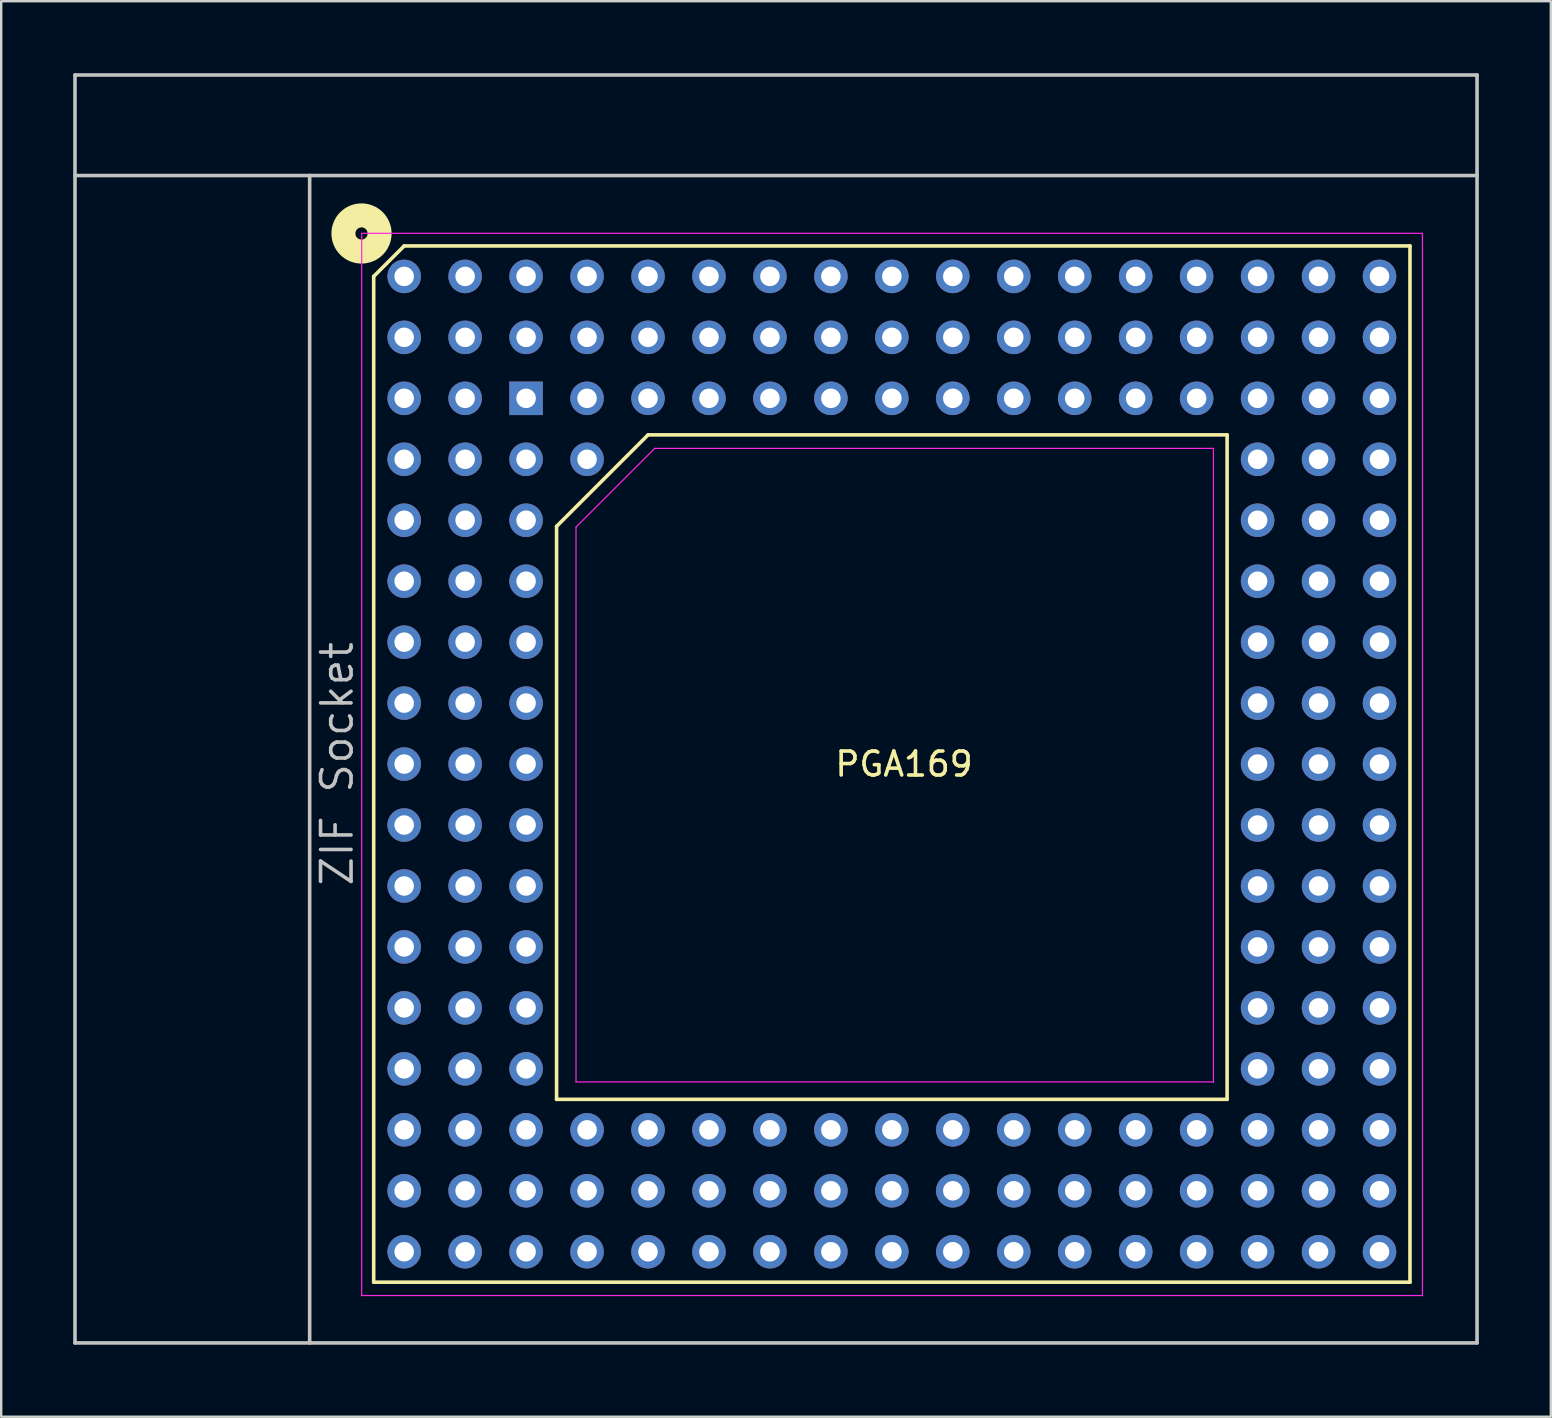
<source format=kicad_pcb>
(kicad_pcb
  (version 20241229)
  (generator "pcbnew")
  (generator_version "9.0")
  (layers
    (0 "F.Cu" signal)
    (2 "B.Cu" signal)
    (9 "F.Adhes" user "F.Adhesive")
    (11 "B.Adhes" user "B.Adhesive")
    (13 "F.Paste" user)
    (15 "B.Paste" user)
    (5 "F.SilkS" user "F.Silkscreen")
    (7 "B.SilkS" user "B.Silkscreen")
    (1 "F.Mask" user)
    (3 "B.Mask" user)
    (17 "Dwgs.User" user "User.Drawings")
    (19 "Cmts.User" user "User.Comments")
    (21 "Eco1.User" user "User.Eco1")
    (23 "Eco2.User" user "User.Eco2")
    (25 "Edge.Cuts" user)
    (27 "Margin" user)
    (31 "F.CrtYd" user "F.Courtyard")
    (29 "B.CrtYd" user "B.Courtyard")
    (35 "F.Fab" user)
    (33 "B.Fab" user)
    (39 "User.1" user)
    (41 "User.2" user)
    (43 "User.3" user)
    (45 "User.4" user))
  (footprint "PGA169"
    (layer "F.Cu")
    (at 34.111 28.533)
    (property "Reference" "PGA169" (at 0.508 0.254 0) (layer "F.SilkS") (effects (font (size 1 1) (thickness 0.15))))
    (attr through_hole)
    (fp_line (start -21.59 -20.066) (end -20.32 -21.336) (stroke (width 0.15) (type solid)) (layer "F.SilkS"))
    (fp_line (start -21.59 21.844) (end -21.59 -20.066) (stroke (width 0.15) (type solid)) (layer "F.SilkS"))
    (fp_line (start -20.32 -21.336) (end 21.59 -21.336) (stroke (width 0.15) (type solid)) (layer "F.SilkS"))
    (fp_line (start -13.97 -9.652) (end -10.16 -13.462) (stroke (width 0.15) (type solid)) (layer "F.SilkS"))
    (fp_line (start -13.97 14.224) (end -13.97 -9.652) (stroke (width 0.15) (type solid)) (layer "F.SilkS"))
    (fp_line (start -10.16 -13.462) (end 13.97 -13.462) (stroke (width 0.15) (type solid)) (layer "F.SilkS"))
    (fp_line (start 13.97 -13.462) (end 13.97 14.224) (stroke (width 0.15) (type solid)) (layer "F.SilkS"))
    (fp_line (start 13.97 14.224) (end -13.97 14.224) (stroke (width 0.15) (type solid)) (layer "F.SilkS"))
    (fp_line (start 21.59 -21.336) (end 21.59 21.844) (stroke (width 0.15) (type solid)) (layer "F.SilkS"))
    (fp_line (start 21.59 21.844) (end -21.59 21.844) (stroke (width 0.15) (type solid)) (layer "F.SilkS"))
    (fp_circle (center -22.098 -21.854) (end -22.098 -21.6) (stroke (width 1) (type solid)) (fill no) (layer "F.SilkS"))
    (fp_line (start -34.036 -28.458) (end 24.384 -28.458) (stroke (width 0.15) (type solid)) (layer "Dwgs.User"))
    (fp_line (start -34.036 24.374) (end -34.036 -28.458) (stroke (width 0.15) (type solid)) (layer "Dwgs.User"))
    (fp_line (start -24.258 -24.268) (end -34.036 -24.268) (stroke (width 0.15) (type solid)) (layer "Dwgs.User"))
    (fp_line (start -24.258 24.374) (end -24.258 -24.268) (stroke (width 0.15) (type solid)) (layer "Dwgs.User"))
    (fp_line (start 24.384 -28.458) (end 24.384 24.374) (stroke (width 0.15) (type solid)) (layer "Dwgs.User"))
    (fp_line (start 24.384 -24.268) (end -24.258 -24.268) (stroke (width 0.15) (type solid)) (layer "Dwgs.User"))
    (fp_line (start 24.384 24.374) (end -34.036 24.374) (stroke (width 0.15) (type solid)) (layer "Dwgs.User"))
    (fp_line (start -22.09 -21.86) (end -22.09 22.4) (stroke (width 0.05) (type solid)) (layer "F.CrtYd"))
    (fp_line (start -22.09 22.4) (end 22.11 22.4) (stroke (width 0.05) (type solid)) (layer "F.CrtYd"))
    (fp_line (start -13.16 -9.62) (end -13.16 13.5) (stroke (width 0.05) (type solid)) (layer "F.CrtYd"))
    (fp_line (start -13.16 13.5) (end 13.4 13.5) (stroke (width 0.05) (type solid)) (layer "F.CrtYd"))
    (fp_line (start -9.88 -12.9) (end -13.16 -9.62) (stroke (width 0.05) (type solid)) (layer "F.CrtYd"))
    (fp_line (start 13.4 -12.9) (end -9.88 -12.9) (stroke (width 0.05) (type solid)) (layer "F.CrtYd"))
    (fp_line (start 13.4 13.5) (end 13.4 -12.9) (stroke (width 0.05) (type solid)) (layer "F.CrtYd"))
    (fp_line (start 22.11 -21.86) (end -22.09 -21.86) (stroke (width 0.05) (type solid)) (layer "F.CrtYd"))
    (fp_line (start 22.11 22.4) (end 22.11 -21.86) (stroke (width 0.05) (type solid)) (layer "F.CrtYd"))
    (fp_text user "ZIF Socket" (at -23.114 0.244 270) (layer "Dwgs.User") (effects (font (size 1.27 1.27) (thickness 0.15))))
    (pad "A1" thru_hole circle (at -20.32 -20.066) (size 1.397 1.397) (drill 0.813) (layers "*.Cu" "*.Mask"))
    (pad "A2" thru_hole circle (at -17.78 -20.066) (size 1.397 1.397) (drill 0.813) (layers "*.Cu" "*.Mask"))
    (pad "A3" thru_hole circle (at -15.24 -20.066) (size 1.397 1.397) (drill 0.813) (layers "*.Cu" "*.Mask"))
    (pad "A4" thru_hole circle (at -12.7 -20.066) (size 1.397 1.397) (drill 0.813) (layers "*.Cu" "*.Mask"))
    (pad "A5" thru_hole circle (at -10.16 -20.066) (size 1.397 1.397) (drill 0.813) (layers "*.Cu" "*.Mask"))
    (pad "A6" thru_hole circle (at -7.62 -20.066) (size 1.397 1.397) (drill 0.813) (layers "*.Cu" "*.Mask"))
    (pad "A7" thru_hole circle (at -5.08 -20.066) (size 1.397 1.397) (drill 0.813) (layers "*.Cu" "*.Mask"))
    (pad "A8" thru_hole circle (at -2.54 -20.066) (size 1.397 1.397) (drill 0.813) (layers "*.Cu" "*.Mask"))
    (pad "A9" thru_hole circle (at 0 -20.066) (size 1.397 1.397) (drill 0.813) (layers "*.Cu" "*.Mask"))
    (pad "A10" thru_hole circle (at 2.54 -20.066) (size 1.397 1.397) (drill 0.813) (layers "*.Cu" "*.Mask"))
    (pad "A11" thru_hole circle (at 5.08 -20.066) (size 1.397 1.397) (drill 0.813) (layers "*.Cu" "*.Mask"))
    (pad "A12" thru_hole circle (at 7.62 -20.066) (size 1.397 1.397) (drill 0.813) (layers "*.Cu" "*.Mask"))
    (pad "A13" thru_hole circle (at 10.16 -20.066) (size 1.397 1.397) (drill 0.813) (layers "*.Cu" "*.Mask"))
    (pad "A14" thru_hole circle (at 12.7 -20.066) (size 1.397 1.397) (drill 0.813) (layers "*.Cu" "*.Mask"))
    (pad "A15" thru_hole circle (at 15.24 -20.066) (size 1.397 1.397) (drill 0.813) (layers "*.Cu" "*.Mask"))
    (pad "A16" thru_hole circle (at 17.78 -20.066) (size 1.397 1.397) (drill 0.813) (layers "*.Cu" "*.Mask"))
    (pad "A17" thru_hole circle (at 20.32 -20.066) (size 1.397 1.397) (drill 0.813) (layers "*.Cu" "*.Mask"))
    (pad "B1" thru_hole circle (at -20.32 -17.526) (size 1.397 1.397) (drill 0.813) (layers "*.Cu" "*.Mask"))
    (pad "B2" thru_hole circle (at -17.78 -17.526) (size 1.397 1.397) (drill 0.813) (layers "*.Cu" "*.Mask"))
    (pad "B3" thru_hole circle (at -15.24 -17.526) (size 1.397 1.397) (drill 0.813) (layers "*.Cu" "*.Mask"))
    (pad "B4" thru_hole circle (at -12.7 -17.526) (size 1.397 1.397) (drill 0.813) (layers "*.Cu" "*.Mask"))
    (pad "B5" thru_hole circle (at -10.16 -17.526) (size 1.397 1.397) (drill 0.813) (layers "*.Cu" "*.Mask"))
    (pad "B6" thru_hole circle (at -7.62 -17.526) (size 1.397 1.397) (drill 0.813) (layers "*.Cu" "*.Mask"))
    (pad "B7" thru_hole circle (at -5.08 -17.526) (size 1.397 1.397) (drill 0.813) (layers "*.Cu" "*.Mask"))
    (pad "B8" thru_hole circle (at -2.54 -17.526) (size 1.397 1.397) (drill 0.813) (layers "*.Cu" "*.Mask"))
    (pad "B9" thru_hole circle (at 0 -17.526) (size 1.397 1.397) (drill 0.813) (layers "*.Cu" "*.Mask"))
    (pad "B10" thru_hole circle (at 2.54 -17.526) (size 1.397 1.397) (drill 0.813) (layers "*.Cu" "*.Mask"))
    (pad "B11" thru_hole circle (at 5.08 -17.526) (size 1.397 1.397) (drill 0.813) (layers "*.Cu" "*.Mask"))
    (pad "B12" thru_hole circle (at 7.62 -17.526) (size 1.397 1.397) (drill 0.813) (layers "*.Cu" "*.Mask"))
    (pad "B13" thru_hole circle (at 10.16 -17.526) (size 1.397 1.397) (drill 0.813) (layers "*.Cu" "*.Mask"))
    (pad "B14" thru_hole circle (at 12.7 -17.526) (size 1.397 1.397) (drill 0.813) (layers "*.Cu" "*.Mask"))
    (pad "B15" thru_hole circle (at 15.24 -17.526) (size 1.397 1.397) (drill 0.813) (layers "*.Cu" "*.Mask"))
    (pad "B16" thru_hole circle (at 17.78 -17.526) (size 1.397 1.397) (drill 0.813) (layers "*.Cu" "*.Mask"))
    (pad "B17" thru_hole circle (at 20.32 -17.526) (size 1.397 1.397) (drill 0.813) (layers "*.Cu" "*.Mask"))
    (pad "C1" thru_hole circle (at -20.32 -14.986) (size 1.397 1.397) (drill 0.813) (layers "*.Cu" "*.Mask"))
    (pad "C2" thru_hole circle (at -17.78 -14.986) (size 1.397 1.397) (drill 0.813) (layers "*.Cu" "*.Mask"))
    (pad "C3" thru_hole rect (at -15.24 -14.986) (size 1.397 1.397) (drill 0.813) (layers "*.Cu" "*.Mask"))
    (pad "C4" thru_hole circle (at -12.7 -14.986) (size 1.397 1.397) (drill 0.813) (layers "*.Cu" "*.Mask"))
    (pad "C5" thru_hole circle (at -10.16 -14.986) (size 1.397 1.397) (drill 0.813) (layers "*.Cu" "*.Mask"))
    (pad "C6" thru_hole circle (at -7.62 -14.986) (size 1.397 1.397) (drill 0.813) (layers "*.Cu" "*.Mask"))
    (pad "C7" thru_hole circle (at -5.08 -14.986) (size 1.397 1.397) (drill 0.813) (layers "*.Cu" "*.Mask"))
    (pad "C8" thru_hole circle (at -2.54 -14.986) (size 1.397 1.397) (drill 0.813) (layers "*.Cu" "*.Mask"))
    (pad "C9" thru_hole circle (at 0 -14.986) (size 1.397 1.397) (drill 0.813) (layers "*.Cu" "*.Mask"))
    (pad "C10" thru_hole circle (at 2.54 -14.986) (size 1.397 1.397) (drill 0.813) (layers "*.Cu" "*.Mask"))
    (pad "C11" thru_hole circle (at 5.08 -14.986) (size 1.397 1.397) (drill 0.813) (layers "*.Cu" "*.Mask"))
    (pad "C12" thru_hole circle (at 7.62 -14.986) (size 1.397 1.397) (drill 0.813) (layers "*.Cu" "*.Mask"))
    (pad "C13" thru_hole circle (at 10.16 -14.986) (size 1.397 1.397) (drill 0.813) (layers "*.Cu" "*.Mask"))
    (pad "C14" thru_hole circle (at 12.7 -14.986) (size 1.397 1.397) (drill 0.813) (layers "*.Cu" "*.Mask"))
    (pad "C15" thru_hole circle (at 15.24 -14.986) (size 1.397 1.397) (drill 0.813) (layers "*.Cu" "*.Mask"))
    (pad "C16" thru_hole circle (at 17.78 -14.986) (size 1.397 1.397) (drill 0.813) (layers "*.Cu" "*.Mask"))
    (pad "C17" thru_hole circle (at 20.32 -14.986) (size 1.397 1.397) (drill 0.813) (layers "*.Cu" "*.Mask"))
    (pad "D1" thru_hole circle (at -20.32 -12.446) (size 1.397 1.397) (drill 0.813) (layers "*.Cu" "*.Mask"))
    (pad "D2" thru_hole circle (at -17.78 -12.446) (size 1.397 1.397) (drill 0.813) (layers "*.Cu" "*.Mask"))
    (pad "D3" thru_hole circle (at -15.24 -12.446) (size 1.397 1.397) (drill 0.813) (layers "*.Cu" "*.Mask"))
    (pad "D4" thru_hole circle (at -12.7 -12.446) (size 1.397 1.397) (drill 0.813) (layers "*.Cu" "*.Mask"))
    (pad "D15" thru_hole circle (at 15.24 -12.446) (size 1.397 1.397) (drill 0.813) (layers "*.Cu" "*.Mask"))
    (pad "D16" thru_hole circle (at 17.78 -12.446) (size 1.397 1.397) (drill 0.813) (layers "*.Cu" "*.Mask"))
    (pad "D17" thru_hole circle (at 20.32 -12.446) (size 1.397 1.397) (drill 0.813) (layers "*.Cu" "*.Mask"))
    (pad "E1" thru_hole circle (at -20.32 -9.906) (size 1.397 1.397) (drill 0.813) (layers "*.Cu" "*.Mask"))
    (pad "E2" thru_hole circle (at -17.78 -9.906) (size 1.397 1.397) (drill 0.813) (layers "*.Cu" "*.Mask"))
    (pad "E3" thru_hole circle (at -15.24 -9.906) (size 1.397 1.397) (drill 0.813) (layers "*.Cu" "*.Mask"))
    (pad "E15" thru_hole circle (at 15.24 -9.906) (size 1.397 1.397) (drill 0.813) (layers "*.Cu" "*.Mask"))
    (pad "E16" thru_hole circle (at 17.78 -9.906) (size 1.397 1.397) (drill 0.813) (layers "*.Cu" "*.Mask"))
    (pad "E17" thru_hole circle (at 20.32 -9.906) (size 1.397 1.397) (drill 0.813) (layers "*.Cu" "*.Mask"))
    (pad "F1" thru_hole circle (at -20.32 -7.366) (size 1.397 1.397) (drill 0.813) (layers "*.Cu" "*.Mask"))
    (pad "F2" thru_hole circle (at -17.78 -7.366) (size 1.397 1.397) (drill 0.813) (layers "*.Cu" "*.Mask"))
    (pad "F3" thru_hole circle (at -15.24 -7.366) (size 1.397 1.397) (drill 0.813) (layers "*.Cu" "*.Mask"))
    (pad "F15" thru_hole circle (at 15.24 -7.366) (size 1.397 1.397) (drill 0.813) (layers "*.Cu" "*.Mask"))
    (pad "F16" thru_hole circle (at 17.78 -7.366) (size 1.397 1.397) (drill 0.813) (layers "*.Cu" "*.Mask"))
    (pad "F17" thru_hole circle (at 20.32 -7.366) (size 1.397 1.397) (drill 0.813) (layers "*.Cu" "*.Mask"))
    (pad "G1" thru_hole circle (at -20.32 -4.826) (size 1.397 1.397) (drill 0.813) (layers "*.Cu" "*.Mask"))
    (pad "G2" thru_hole circle (at -17.78 -4.826) (size 1.397 1.397) (drill 0.813) (layers "*.Cu" "*.Mask"))
    (pad "G3" thru_hole circle (at -15.24 -4.826) (size 1.397 1.397) (drill 0.813) (layers "*.Cu" "*.Mask"))
    (pad "G15" thru_hole circle (at 15.24 -4.826) (size 1.397 1.397) (drill 0.813) (layers "*.Cu" "*.Mask"))
    (pad "G16" thru_hole circle (at 17.78 -4.826) (size 1.397 1.397) (drill 0.813) (layers "*.Cu" "*.Mask"))
    (pad "G17" thru_hole circle (at 20.32 -4.826) (size 1.397 1.397) (drill 0.813) (layers "*.Cu" "*.Mask"))
    (pad "H1" thru_hole circle (at -20.32 -2.286) (size 1.397 1.397) (drill 0.813) (layers "*.Cu" "*.Mask"))
    (pad "H2" thru_hole circle (at -17.78 -2.286) (size 1.397 1.397) (drill 0.813) (layers "*.Cu" "*.Mask"))
    (pad "H3" thru_hole circle (at -15.24 -2.286) (size 1.397 1.397) (drill 0.813) (layers "*.Cu" "*.Mask"))
    (pad "H15" thru_hole circle (at 15.24 -2.286) (size 1.397 1.397) (drill 0.813) (layers "*.Cu" "*.Mask"))
    (pad "H16" thru_hole circle (at 17.78 -2.286) (size 1.397 1.397) (drill 0.813) (layers "*.Cu" "*.Mask"))
    (pad "H17" thru_hole circle (at 20.32 -2.286) (size 1.397 1.397) (drill 0.813) (layers "*.Cu" "*.Mask"))
    (pad "J1" thru_hole circle (at -20.32 0.254) (size 1.397 1.397) (drill 0.813) (layers "*.Cu" "*.Mask"))
    (pad "J2" thru_hole circle (at -17.78 0.254) (size 1.397 1.397) (drill 0.813) (layers "*.Cu" "*.Mask"))
    (pad "J3" thru_hole circle (at -15.24 0.254) (size 1.397 1.397) (drill 0.813) (layers "*.Cu" "*.Mask"))
    (pad "J15" thru_hole circle (at 15.24 0.254) (size 1.397 1.397) (drill 0.813) (layers "*.Cu" "*.Mask"))
    (pad "J16" thru_hole circle (at 17.78 0.254) (size 1.397 1.397) (drill 0.813) (layers "*.Cu" "*.Mask"))
    (pad "J17" thru_hole circle (at 20.32 0.254) (size 1.397 1.397) (drill 0.813) (layers "*.Cu" "*.Mask"))
    (pad "K1" thru_hole circle (at -20.32 2.794) (size 1.397 1.397) (drill 0.813) (layers "*.Cu" "*.Mask"))
    (pad "K2" thru_hole circle (at -17.78 2.794) (size 1.397 1.397) (drill 0.813) (layers "*.Cu" "*.Mask"))
    (pad "K3" thru_hole circle (at -15.24 2.794) (size 1.397 1.397) (drill 0.813) (layers "*.Cu" "*.Mask"))
    (pad "K15" thru_hole circle (at 15.24 2.794) (size 1.397 1.397) (drill 0.813) (layers "*.Cu" "*.Mask"))
    (pad "K16" thru_hole circle (at 17.78 2.794) (size 1.397 1.397) (drill 0.813) (layers "*.Cu" "*.Mask"))
    (pad "K17" thru_hole circle (at 20.32 2.794) (size 1.397 1.397) (drill 0.813) (layers "*.Cu" "*.Mask"))
    (pad "L1" thru_hole circle (at -20.32 5.334) (size 1.397 1.397) (drill 0.813) (layers "*.Cu" "*.Mask"))
    (pad "L2" thru_hole circle (at -17.78 5.334) (size 1.397 1.397) (drill 0.813) (layers "*.Cu" "*.Mask"))
    (pad "L3" thru_hole circle (at -15.24 5.334) (size 1.397 1.397) (drill 0.813) (layers "*.Cu" "*.Mask"))
    (pad "L15" thru_hole circle (at 15.24 5.334) (size 1.397 1.397) (drill 0.813) (layers "*.Cu" "*.Mask"))
    (pad "L16" thru_hole circle (at 17.78 5.334) (size 1.397 1.397) (drill 0.813) (layers "*.Cu" "*.Mask"))
    (pad "L17" thru_hole circle (at 20.32 5.334) (size 1.397 1.397) (drill 0.813) (layers "*.Cu" "*.Mask"))
    (pad "M1" thru_hole circle (at -20.32 7.874) (size 1.397 1.397) (drill 0.813) (layers "*.Cu" "*.Mask"))
    (pad "M2" thru_hole circle (at -17.78 7.874) (size 1.397 1.397) (drill 0.813) (layers "*.Cu" "*.Mask"))
    (pad "M3" thru_hole circle (at -15.24 7.874) (size 1.397 1.397) (drill 0.813) (layers "*.Cu" "*.Mask"))
    (pad "M15" thru_hole circle (at 15.24 7.874) (size 1.397 1.397) (drill 0.813) (layers "*.Cu" "*.Mask"))
    (pad "M16" thru_hole circle (at 17.78 7.874) (size 1.397 1.397) (drill 0.813) (layers "*.Cu" "*.Mask"))
    (pad "M17" thru_hole circle (at 20.32 7.874) (size 1.397 1.397) (drill 0.813) (layers "*.Cu" "*.Mask"))
    (pad "N1" thru_hole circle (at -20.32 10.414) (size 1.397 1.397) (drill 0.813) (layers "*.Cu" "*.Mask"))
    (pad "N2" thru_hole circle (at -17.78 10.414) (size 1.397 1.397) (drill 0.813) (layers "*.Cu" "*.Mask"))
    (pad "N3" thru_hole circle (at -15.24 10.414) (size 1.397 1.397) (drill 0.813) (layers "*.Cu" "*.Mask"))
    (pad "N15" thru_hole circle (at 15.24 10.414) (size 1.397 1.397) (drill 0.813) (layers "*.Cu" "*.Mask"))
    (pad "N16" thru_hole circle (at 17.78 10.414) (size 1.397 1.397) (drill 0.813) (layers "*.Cu" "*.Mask"))
    (pad "N17" thru_hole circle (at 20.32 10.414) (size 1.397 1.397) (drill 0.813) (layers "*.Cu" "*.Mask"))
    (pad "P1" thru_hole circle (at -20.32 12.954) (size 1.397 1.397) (drill 0.813) (layers "*.Cu" "*.Mask"))
    (pad "P2" thru_hole circle (at -17.78 12.954) (size 1.397 1.397) (drill 0.813) (layers "*.Cu" "*.Mask"))
    (pad "P3" thru_hole circle (at -15.24 12.954) (size 1.397 1.397) (drill 0.813) (layers "*.Cu" "*.Mask"))
    (pad "P15" thru_hole circle (at 15.24 12.954) (size 1.397 1.397) (drill 0.813) (layers "*.Cu" "*.Mask"))
    (pad "P16" thru_hole circle (at 17.78 12.954) (size 1.397 1.397) (drill 0.813) (layers "*.Cu" "*.Mask"))
    (pad "P17" thru_hole circle (at 20.32 12.954) (size 1.397 1.397) (drill 0.813) (layers "*.Cu" "*.Mask"))
    (pad "Q1" thru_hole circle (at -20.32 15.494) (size 1.397 1.397) (drill 0.813) (layers "*.Cu" "*.Mask"))
    (pad "Q2" thru_hole circle (at -17.78 15.494) (size 1.397 1.397) (drill 0.813) (layers "*.Cu" "*.Mask"))
    (pad "Q3" thru_hole circle (at -15.24 15.494) (size 1.397 1.397) (drill 0.813) (layers "*.Cu" "*.Mask"))
    (pad "Q4" thru_hole circle (at -12.7 15.494) (size 1.397 1.397) (drill 0.813) (layers "*.Cu" "*.Mask"))
    (pad "Q5" thru_hole circle (at -10.16 15.494) (size 1.397 1.397) (drill 0.813) (layers "*.Cu" "*.Mask"))
    (pad "Q6" thru_hole circle (at -7.62 15.494) (size 1.397 1.397) (drill 0.813) (layers "*.Cu" "*.Mask"))
    (pad "Q7" thru_hole circle (at -5.08 15.494) (size 1.397 1.397) (drill 0.813) (layers "*.Cu" "*.Mask"))
    (pad "Q8" thru_hole circle (at -2.54 15.494) (size 1.397 1.397) (drill 0.813) (layers "*.Cu" "*.Mask"))
    (pad "Q9" thru_hole circle (at 0 15.494) (size 1.397 1.397) (drill 0.813) (layers "*.Cu" "*.Mask"))
    (pad "Q10" thru_hole circle (at 2.54 15.494) (size 1.397 1.397) (drill 0.813) (layers "*.Cu" "*.Mask"))
    (pad "Q11" thru_hole circle (at 5.08 15.494) (size 1.397 1.397) (drill 0.813) (layers "*.Cu" "*.Mask"))
    (pad "Q12" thru_hole circle (at 7.62 15.494) (size 1.397 1.397) (drill 0.813) (layers "*.Cu" "*.Mask"))
    (pad "Q13" thru_hole circle (at 10.16 15.494) (size 1.397 1.397) (drill 0.813) (layers "*.Cu" "*.Mask"))
    (pad "Q14" thru_hole circle (at 12.7 15.494) (size 1.397 1.397) (drill 0.813) (layers "*.Cu" "*.Mask"))
    (pad "Q15" thru_hole circle (at 15.24 15.494) (size 1.397 1.397) (drill 0.813) (layers "*.Cu" "*.Mask"))
    (pad "Q16" thru_hole circle (at 17.78 15.494) (size 1.397 1.397) (drill 0.813) (layers "*.Cu" "*.Mask"))
    (pad "Q17" thru_hole circle (at 20.32 15.494) (size 1.397 1.397) (drill 0.813) (layers "*.Cu" "*.Mask"))
    (pad "R1" thru_hole circle (at -20.32 18.034) (size 1.397 1.397) (drill 0.813) (layers "*.Cu" "*.Mask"))
    (pad "R2" thru_hole circle (at -17.78 18.034) (size 1.397 1.397) (drill 0.813) (layers "*.Cu" "*.Mask"))
    (pad "R3" thru_hole circle (at -15.24 18.034) (size 1.397 1.397) (drill 0.813) (layers "*.Cu" "*.Mask"))
    (pad "R4" thru_hole circle (at -12.7 18.034) (size 1.397 1.397) (drill 0.813) (layers "*.Cu" "*.Mask"))
    (pad "R5" thru_hole circle (at -10.16 18.034) (size 1.397 1.397) (drill 0.813) (layers "*.Cu" "*.Mask"))
    (pad "R6" thru_hole circle (at -7.62 18.034) (size 1.397 1.397) (drill 0.813) (layers "*.Cu" "*.Mask"))
    (pad "R7" thru_hole circle (at -5.08 18.034) (size 1.397 1.397) (drill 0.813) (layers "*.Cu" "*.Mask"))
    (pad "R8" thru_hole circle (at -2.54 18.034) (size 1.397 1.397) (drill 0.813) (layers "*.Cu" "*.Mask"))
    (pad "R9" thru_hole circle (at 0 18.034) (size 1.397 1.397) (drill 0.813) (layers "*.Cu" "*.Mask"))
    (pad "R10" thru_hole circle (at 2.54 18.034) (size 1.397 1.397) (drill 0.813) (layers "*.Cu" "*.Mask"))
    (pad "R11" thru_hole circle (at 5.08 18.034) (size 1.397 1.397) (drill 0.813) (layers "*.Cu" "*.Mask"))
    (pad "R12" thru_hole circle (at 7.62 18.034) (size 1.397 1.397) (drill 0.813) (layers "*.Cu" "*.Mask"))
    (pad "R13" thru_hole circle (at 10.16 18.034) (size 1.397 1.397) (drill 0.813) (layers "*.Cu" "*.Mask"))
    (pad "R14" thru_hole circle (at 12.7 18.034) (size 1.397 1.397) (drill 0.813) (layers "*.Cu" "*.Mask"))
    (pad "R15" thru_hole circle (at 15.24 18.034) (size 1.397 1.397) (drill 0.813) (layers "*.Cu" "*.Mask"))
    (pad "R16" thru_hole circle (at 17.78 18.034) (size 1.397 1.397) (drill 0.813) (layers "*.Cu" "*.Mask"))
    (pad "R17" thru_hole circle (at 20.32 18.034) (size 1.397 1.397) (drill 0.813) (layers "*.Cu" "*.Mask"))
    (pad "S1" thru_hole circle (at -20.32 20.574) (size 1.397 1.397) (drill 0.813) (layers "*.Cu" "*.Mask"))
    (pad "S2" thru_hole circle (at -17.78 20.574) (size 1.397 1.397) (drill 0.813) (layers "*.Cu" "*.Mask"))
    (pad "S3" thru_hole circle (at -15.24 20.574) (size 1.397 1.397) (drill 0.813) (layers "*.Cu" "*.Mask"))
    (pad "S4" thru_hole circle (at -12.7 20.574) (size 1.397 1.397) (drill 0.813) (layers "*.Cu" "*.Mask"))
    (pad "S5" thru_hole circle (at -10.16 20.574) (size 1.397 1.397) (drill 0.813) (layers "*.Cu" "*.Mask"))
    (pad "S6" thru_hole circle (at -7.62 20.574) (size 1.397 1.397) (drill 0.813) (layers "*.Cu" "*.Mask"))
    (pad "S7" thru_hole circle (at -5.08 20.574) (size 1.397 1.397) (drill 0.813) (layers "*.Cu" "*.Mask"))
    (pad "S8" thru_hole circle (at -2.54 20.574) (size 1.397 1.397) (drill 0.813) (layers "*.Cu" "*.Mask"))
    (pad "S9" thru_hole circle (at 0 20.574) (size 1.397 1.397) (drill 0.813) (layers "*.Cu" "*.Mask"))
    (pad "S10" thru_hole circle (at 2.54 20.574) (size 1.397 1.397) (drill 0.813) (layers "*.Cu" "*.Mask"))
    (pad "S11" thru_hole circle (at 5.08 20.574) (size 1.397 1.397) (drill 0.813) (layers "*.Cu" "*.Mask"))
    (pad "S12" thru_hole circle (at 7.62 20.574) (size 1.397 1.397) (drill 0.813) (layers "*.Cu" "*.Mask"))
    (pad "S13" thru_hole circle (at 10.16 20.574) (size 1.397 1.397) (drill 0.813) (layers "*.Cu" "*.Mask"))
    (pad "S14" thru_hole circle (at 12.7 20.574) (size 1.397 1.397) (drill 0.813) (layers "*.Cu" "*.Mask"))
    (pad "S15" thru_hole circle (at 15.24 20.574) (size 1.397 1.397) (drill 0.813) (layers "*.Cu" "*.Mask"))
    (pad "S16" thru_hole circle (at 17.78 20.574) (size 1.397 1.397) (drill 0.813) (layers "*.Cu" "*.Mask"))
    (pad "S17" thru_hole circle (at 20.32 20.574) (size 1.397 1.397) (drill 0.813) (layers "*.Cu" "*.Mask")))
  (gr_rect
    (start -3 -3)
    (end 61.57 55.982)
    (stroke (width 0.1) (type default))
    (fill no)
    (layer "Edge.Cuts")))
</source>
